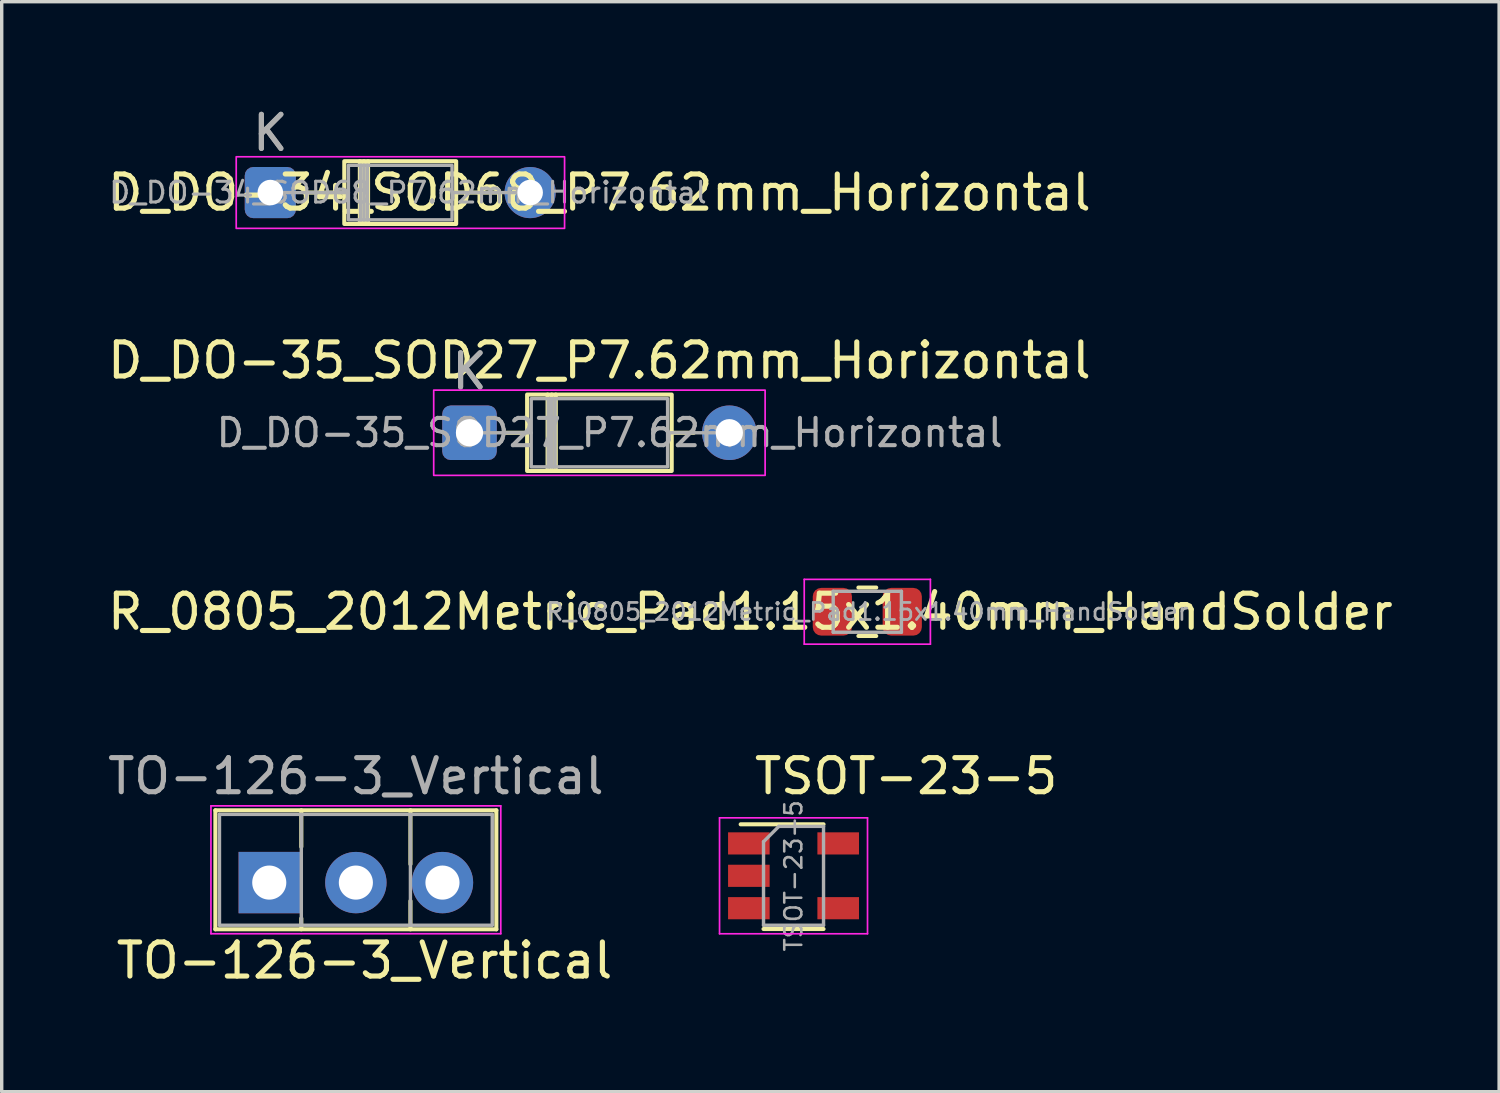
<source format=kicad_pcb>
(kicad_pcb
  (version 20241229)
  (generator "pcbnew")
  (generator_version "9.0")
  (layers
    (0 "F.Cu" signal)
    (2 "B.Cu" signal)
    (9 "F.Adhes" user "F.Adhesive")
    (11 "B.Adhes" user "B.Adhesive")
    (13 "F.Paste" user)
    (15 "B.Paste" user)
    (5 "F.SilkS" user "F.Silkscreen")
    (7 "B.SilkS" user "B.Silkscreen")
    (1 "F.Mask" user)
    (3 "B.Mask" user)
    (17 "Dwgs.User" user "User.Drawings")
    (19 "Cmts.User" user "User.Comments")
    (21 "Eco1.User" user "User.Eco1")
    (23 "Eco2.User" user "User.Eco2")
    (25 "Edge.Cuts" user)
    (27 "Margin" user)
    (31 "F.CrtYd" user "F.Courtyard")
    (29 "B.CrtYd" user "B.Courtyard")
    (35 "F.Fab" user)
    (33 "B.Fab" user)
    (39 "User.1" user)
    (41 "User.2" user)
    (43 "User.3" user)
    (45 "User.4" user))
  (footprint "TO-126-3_Vertical"
    (layer "F.Cu")
    (at 4.847 22.835)
    (property "Reference" "TO-126-3_Vertical" (at 2.794 2.286 180) (layer "F.SilkS") (effects (font (size 1 1) (thickness 0.15))))
    (attr through_hole)
    (fp_line (start -1.58 -2.12) (end -1.58 1.37) (stroke (width 0.12) (type solid)) (layer "F.SilkS"))
    (fp_line (start -1.58 -2.12) (end 6.66 -2.12) (stroke (width 0.12) (type solid)) (layer "F.SilkS"))
    (fp_line (start -1.58 1.37) (end 6.66 1.37) (stroke (width 0.12) (type solid)) (layer "F.SilkS"))
    (fp_line (start 0.94 -2.12) (end 0.94 -1.05) (stroke (width 0.12) (type solid)) (layer "F.SilkS"))
    (fp_line (start 0.94 1.05) (end 0.94 1.37) (stroke (width 0.12) (type solid)) (layer "F.SilkS"))
    (fp_line (start 4.141 -2.12) (end 4.141 -0.54) (stroke (width 0.12) (type solid)) (layer "F.SilkS"))
    (fp_line (start 4.141 0.54) (end 4.141 1.37) (stroke (width 0.12) (type solid)) (layer "F.SilkS"))
    (fp_line (start 6.66 -2.12) (end 6.66 1.37) (stroke (width 0.12) (type solid)) (layer "F.SilkS"))
    (fp_line (start -1.71 -2.25) (end -1.71 1.5) (stroke (width 0.05) (type solid)) (layer "F.CrtYd"))
    (fp_line (start -1.71 1.5) (end 6.79 1.5) (stroke (width 0.05) (type solid)) (layer "F.CrtYd"))
    (fp_line (start 6.79 -2.25) (end -1.71 -2.25) (stroke (width 0.05) (type solid)) (layer "F.CrtYd"))
    (fp_line (start 6.79 1.5) (end 6.79 -2.25) (stroke (width 0.05) (type solid)) (layer "F.CrtYd"))
    (fp_line (start -1.46 -2) (end -1.46 1.25) (stroke (width 0.1) (type solid)) (layer "F.Fab"))
    (fp_line (start -1.46 1.25) (end 6.54 1.25) (stroke (width 0.1) (type solid)) (layer "F.Fab"))
    (fp_line (start 0.94 -2) (end 0.94 1.25) (stroke (width 0.1) (type solid)) (layer "F.Fab"))
    (fp_line (start 4.14 -2) (end 4.14 1.25) (stroke (width 0.1) (type solid)) (layer "F.Fab"))
    (fp_line (start 6.54 -2) (end -1.46 -2) (stroke (width 0.1) (type solid)) (layer "F.Fab"))
    (fp_line (start 6.54 1.25) (end 6.54 -2) (stroke (width 0.1) (type solid)) (layer "F.Fab"))
    (fp_text user "${REFERENCE}" (at 2.54 -3.12 180) (layer "F.Fab") (effects (font (size 1 1) (thickness 0.15))))
    (pad "1" thru_hole rect (at 0 0) (size 1.8 1.8) (drill 1) (layers "*.Cu" "*.Mask"))
    (pad "2" thru_hole oval (at 2.54 0) (size 1.8 1.8) (drill 1) (layers "*.Cu" "*.Mask"))
    (pad "3" thru_hole oval (at 5.08 0) (size 1.8 1.8) (drill 1) (layers "*.Cu" "*.Mask")))
  (footprint "R_0805_2012Metric_Pad1.15x1.40mm_HandSolder"
    (layer "F.Cu")
    (at 22.387 14.892)
    (property "Reference" "R_0805_2012Metric_Pad1.15x1.40mm_HandSolder" (at -3.429 0 0) (layer "F.SilkS") (effects (font (size 1 1) (thickness 0.15))))
    (attr smd)
    (fp_line (start -0.261 -0.71) (end 0.261 -0.71) (stroke (width 0.12) (type solid)) (layer "F.SilkS"))
    (fp_line (start -0.261 0.71) (end 0.261 0.71) (stroke (width 0.12) (type solid)) (layer "F.SilkS"))
    (fp_line (start -1.85 -0.95) (end 1.85 -0.95) (stroke (width 0.05) (type solid)) (layer "F.CrtYd"))
    (fp_line (start -1.85 0.95) (end -1.85 -0.95) (stroke (width 0.05) (type solid)) (layer "F.CrtYd"))
    (fp_line (start 1.85 -0.95) (end 1.85 0.95) (stroke (width 0.05) (type solid)) (layer "F.CrtYd"))
    (fp_line (start 1.85 0.95) (end -1.85 0.95) (stroke (width 0.05) (type solid)) (layer "F.CrtYd"))
    (fp_line (start -1 -0.6) (end 1 -0.6) (stroke (width 0.1) (type solid)) (layer "F.Fab"))
    (fp_line (start -1 0.6) (end -1 -0.6) (stroke (width 0.1) (type solid)) (layer "F.Fab"))
    (fp_line (start 1 -0.6) (end 1 0.6) (stroke (width 0.1) (type solid)) (layer "F.Fab"))
    (fp_line (start 1 0.6) (end -1 0.6) (stroke (width 0.1) (type solid)) (layer "F.Fab"))
    (fp_text user "${REFERENCE}" (at 0 0 180) (layer "F.Fab") (effects (font (size 0.5 0.5) (thickness 0.08))))
    (pad "1" smd roundrect (at -1.025 0) (size 1.15 1.4) (layers "F.Cu" "F.Mask" "F.Paste") (roundrect_rratio 0.217))
    (pad "2" smd roundrect (at 1.025 0) (size 1.15 1.4) (layers "F.Cu" "F.Mask" "F.Paste") (roundrect_rratio 0.217)))
  (footprint "TSOT-23-5"
    (layer "F.Cu")
    (at 20.223 22.636)
    (property "Reference" "TSOT-23-5" (at 3.302 -2.921 0) (layer "F.SilkS") (effects (font (size 1 1) (thickness 0.15))))
    (attr smd)
    (fp_line (start -0.88 1.56) (end 0.88 1.56) (stroke (width 0.12) (type solid)) (layer "F.SilkS"))
    (fp_line (start 0.88 -1.51) (end -1.55 -1.51) (stroke (width 0.12) (type solid)) (layer "F.SilkS"))
    (fp_line (start -2.17 -1.7) (end -2.17 1.7) (stroke (width 0.05) (type solid)) (layer "F.CrtYd"))
    (fp_line (start -2.17 -1.7) (end 2.17 -1.7) (stroke (width 0.05) (type solid)) (layer "F.CrtYd"))
    (fp_line (start 2.17 1.7) (end -2.17 1.7) (stroke (width 0.05) (type solid)) (layer "F.CrtYd"))
    (fp_line (start 2.17 1.7) (end 2.17 -1.7) (stroke (width 0.05) (type solid)) (layer "F.CrtYd"))
    (fp_line (start -0.88 -1) (end -0.88 1.45) (stroke (width 0.1) (type solid)) (layer "F.Fab"))
    (fp_line (start -0.88 -1) (end -0.43 -1.45) (stroke (width 0.1) (type solid)) (layer "F.Fab"))
    (fp_line (start 0.88 -1.45) (end -0.43 -1.45) (stroke (width 0.1) (type solid)) (layer "F.Fab"))
    (fp_line (start 0.88 -1.45) (end 0.88 1.45) (stroke (width 0.1) (type solid)) (layer "F.Fab"))
    (fp_line (start 0.88 1.45) (end -0.88 1.45) (stroke (width 0.1) (type solid)) (layer "F.Fab"))
    (fp_text user "${REFERENCE}" (at 0 0 270) (layer "F.Fab") (effects (font (size 0.5 0.5) (thickness 0.075))))
    (pad "1" smd rect (at -1.31 -0.95) (size 1.22 0.65) (layers "F.Cu" "F.Mask" "F.Paste"))
    (pad "2" smd rect (at -1.31 0) (size 1.22 0.65) (layers "F.Cu" "F.Mask" "F.Paste"))
    (pad "3" smd rect (at -1.31 0.95) (size 1.22 0.65) (layers "F.Cu" "F.Mask" "F.Paste"))
    (pad "4" smd rect (at 1.31 0.95) (size 1.22 0.65) (layers "F.Cu" "F.Mask" "F.Paste"))
    (pad "5" smd rect (at 1.31 -0.95) (size 1.22 0.65) (layers "F.Cu" "F.Mask" "F.Paste")))
  (footprint "D_DO-34_SOD68_P7.62mm_Horizontal"
    (layer "F.Cu")
    (at 4.878 2.598)
    (property "Reference" "D_DO-34_SOD68_P7.62mm_Horizontal" (at 9.652 0 0) (layer "F.SilkS") (effects (font (size 1 1) (thickness 0.15))))
    (attr through_hole)
    (fp_line (start 0.99 0) (end 2.17 0) (stroke (width 0.12) (type solid)) (layer "F.SilkS"))
    (fp_line (start 2.626 -0.92) (end 2.626 0.92) (stroke (width 0.12) (type solid)) (layer "F.SilkS"))
    (fp_line (start 2.746 -0.92) (end 2.746 0.92) (stroke (width 0.12) (type solid)) (layer "F.SilkS"))
    (fp_line (start 2.866 -0.92) (end 2.866 0.92) (stroke (width 0.12) (type solid)) (layer "F.SilkS"))
    (fp_line (start 6.63 0) (end 5.45 0) (stroke (width 0.12) (type solid)) (layer "F.SilkS"))
    (fp_rect (start 2.17 -0.92) (end 5.45 0.92) (stroke (width 0.12) (type solid)) (fill no) (layer "F.SilkS"))
    (fp_rect (start -1 -1.05) (end 8.63 1.05) (stroke (width 0.05) (type solid)) (fill no) (layer "F.CrtYd"))
    (fp_line (start 0 0) (end 2.29 0) (stroke (width 0.1) (type solid)) (layer "F.Fab"))
    (fp_line (start 2.646 -0.8) (end 2.646 0.8) (stroke (width 0.1) (type solid)) (layer "F.Fab"))
    (fp_line (start 2.746 -0.8) (end 2.746 0.8) (stroke (width 0.1) (type solid)) (layer "F.Fab"))
    (fp_line (start 2.846 -0.8) (end 2.846 0.8) (stroke (width 0.1) (type solid)) (layer "F.Fab"))
    (fp_line (start 7.62 0) (end 5.33 0) (stroke (width 0.1) (type solid)) (layer "F.Fab"))
    (fp_rect (start 2.29 -0.8) (end 5.33 0.8) (stroke (width 0.1) (type solid)) (fill no) (layer "F.Fab"))
    (fp_text user "K" (at 0 -1.75 0) (layer "F.Fab") (effects (font (size 1 1) (thickness 0.15))))
    (fp_text user "${REFERENCE}" (at 4.038 0 0) (layer "F.Fab") (effects (font (size 0.608 0.608) (thickness 0.091))))
    (fp_text user "K" (at 0 -1.75 0) (layer "F.Fab") (effects (font (size 1 1) (thickness 0.15))))
    (pad "1" thru_hole roundrect (at 0 0) (size 1.5 1.5) (drill 0.75) (layers "*.Cu" "*.Mask") (roundrect_rratio 0.167))
    (pad "2" thru_hole circle (at 7.62 0) (size 1.5 1.5) (drill 0.75) (layers "*.Cu" "*.Mask")))
  (footprint "D_DO-35_SOD27_P7.62mm_Horizontal"
    (layer "F.Cu")
    (at 10.72 9.642)
    (property "Reference" "D_DO-35_SOD27_P7.62mm_Horizontal" (at 3.81 -2.12 0) (layer "F.SilkS") (effects (font (size 1 1) (thickness 0.15))))
    (attr through_hole)
    (fp_line (start 1.04 0) (end 1.69 0) (stroke (width 0.12) (type solid)) (layer "F.SilkS"))
    (fp_line (start 2.29 -1.12) (end 2.29 1.12) (stroke (width 0.12) (type solid)) (layer "F.SilkS"))
    (fp_line (start 2.41 -1.12) (end 2.41 1.12) (stroke (width 0.12) (type solid)) (layer "F.SilkS"))
    (fp_line (start 2.53 -1.12) (end 2.53 1.12) (stroke (width 0.12) (type solid)) (layer "F.SilkS"))
    (fp_line (start 6.58 0) (end 5.93 0) (stroke (width 0.12) (type solid)) (layer "F.SilkS"))
    (fp_rect (start 1.69 -1.12) (end 5.93 1.12) (stroke (width 0.12) (type solid)) (fill no) (layer "F.SilkS"))
    (fp_rect (start -1.05 -1.25) (end 8.67 1.25) (stroke (width 0.05) (type solid)) (fill no) (layer "F.CrtYd"))
    (fp_line (start 0 0) (end 1.81 0) (stroke (width 0.1) (type solid)) (layer "F.Fab"))
    (fp_line (start 2.31 -1) (end 2.31 1) (stroke (width 0.1) (type solid)) (layer "F.Fab"))
    (fp_line (start 2.41 -1) (end 2.41 1) (stroke (width 0.1) (type solid)) (layer "F.Fab"))
    (fp_line (start 2.51 -1) (end 2.51 1) (stroke (width 0.1) (type solid)) (layer "F.Fab"))
    (fp_line (start 7.62 0) (end 5.81 0) (stroke (width 0.1) (type solid)) (layer "F.Fab"))
    (fp_rect (start 1.81 -1) (end 5.81 1) (stroke (width 0.1) (type solid)) (fill no) (layer "F.Fab"))
    (fp_text user "K" (at 0 -1.8 0) (layer "F.Fab") (effects (font (size 1 1) (thickness 0.15))))
    (fp_text user "K" (at 0 -1.8 0) (layer "F.Fab") (effects (font (size 1 1) (thickness 0.15))))
    (fp_text user "${REFERENCE}" (at 4.11 0 0) (layer "F.Fab") (effects (font (size 0.8 0.8) (thickness 0.12))))
    (pad "1" thru_hole roundrect (at 0 0) (size 1.6 1.6) (drill 0.8) (layers "*.Cu" "*.Mask") (roundrect_rratio 0.156))
    (pad "2" thru_hole circle (at 7.62 0) (size 1.6 1.6) (drill 0.8) (layers "*.Cu" "*.Mask")))
  (gr_rect
    (start -3 -3)
    (end 40.917 28.969)
    (stroke (width 0.1) (type default))
    (fill no)
    (layer "Edge.Cuts")))
</source>
